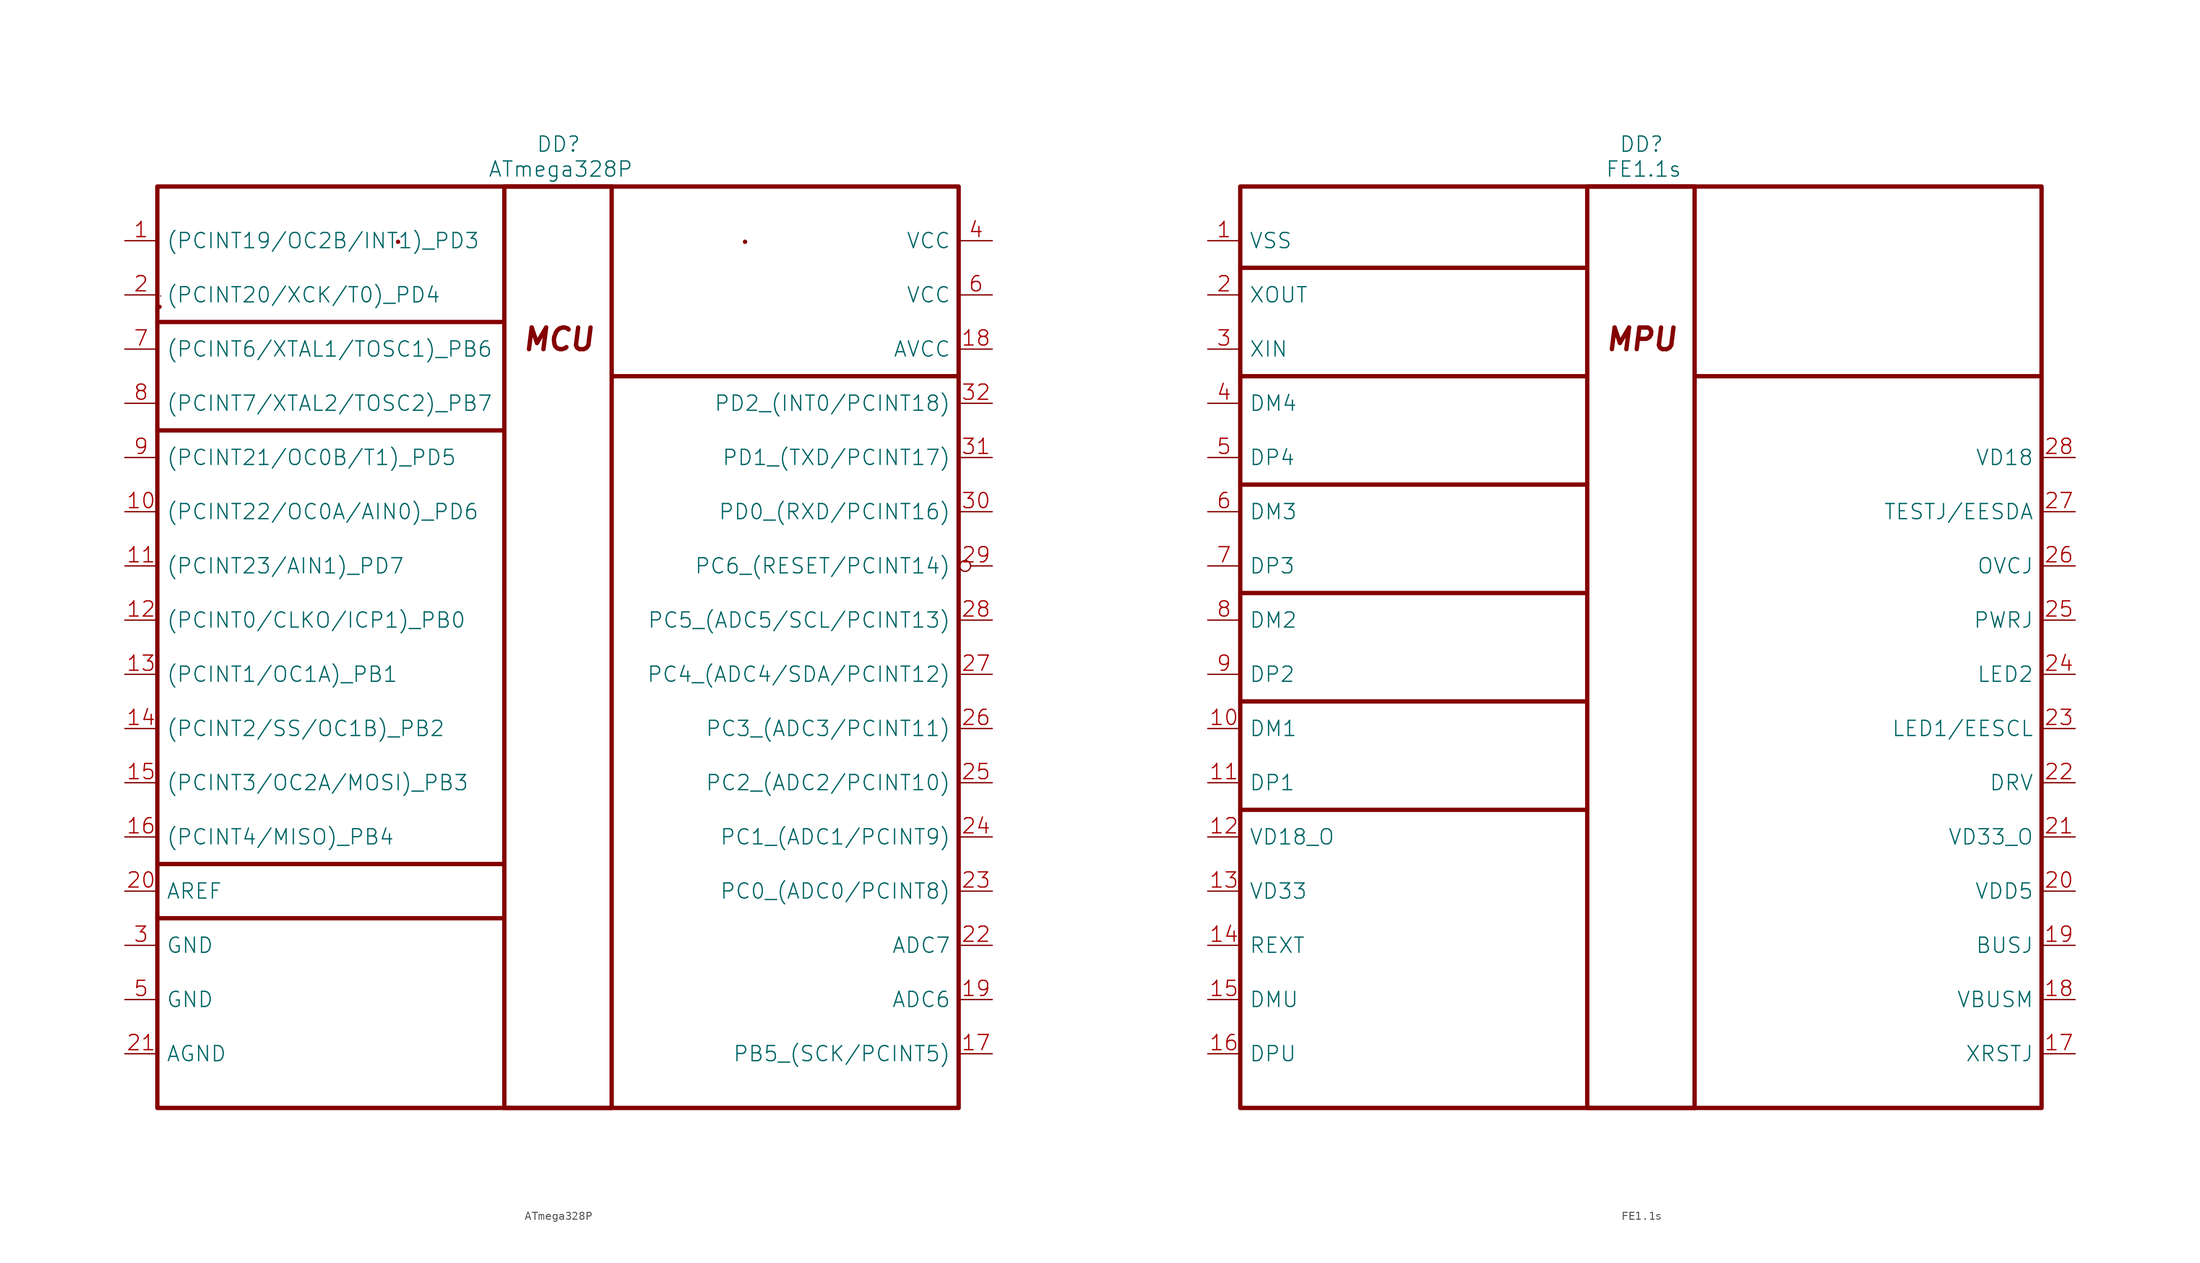
<source format=kicad_sym>
(kicad_symbol_lib
  (version 20211014)
  (generator kicad_symbol_editor)
  (symbol "ATmega328P"
    (pin_names
      (offset 1.016))
    (property "Reference" "DD"
      (at 46.99 11.303 0)
      (effects (font (size 1.778 1.778))))
    (property "Value" "ATmega328P"
      (at 47.244 8.382 0)
      (effects (font (size 1.778 1.778))))
    (symbol "ATmega328P_0_1"
      (polyline (pts (xy 0 -79.375) (xy 40.64 -79.375)) (stroke (width 0.508) (type default) (color 0 0 0 0)) (fill (type none)))
      (polyline (pts (xy 0 -73.025) (xy 40.64 -73.025)) (stroke (width 0.508) (type default) (color 0 0 0 0)) (fill (type none)))
      (polyline (pts (xy 0 -27.94) (xy 0 -27.94)) (stroke (width 0.254) (type default) (color 0 0 0 0)) (fill (type none)))
      (polyline (pts (xy 0 -22.225) (xy 40.64 -22.225)) (stroke (width 0.508) (type default) (color 0 0 0 0)) (fill (type none)))
      (polyline (pts (xy 0 -9.525) (xy 40.64 -9.525)) (stroke (width 0.508) (type default) (color 0 0 0 0)) (fill (type none)))
      (polyline (pts (xy 0.254 -7.747) (xy 0.254 -7.747)) (stroke (width 0.508) (type default) (color 0 0 0 0)) (fill (type none)))
      (polyline (pts (xy 0.381 -6.477) (xy 0.381 -6.477)) (stroke (width 0) (type default) (color 0 0 0 0)) (fill (type none)))
      (polyline (pts (xy 40.64 -40.767) (xy 40.64 -40.767)) (stroke (width 0.508) (type default) (color 0 0 0 0)) (fill (type none)))
      (polyline (pts (xy 40.64 -40.767) (xy 40.64 -40.767)) (stroke (width 0.508) (type default) (color 0 0 0 0)) (fill (type none)))
      (polyline (pts (xy 68.834 -0.127) (xy 68.834 -0.127)) (stroke (width 0.508) (type default) (color 0 0 0 0)) (fill (type none)))
      (polyline (pts (xy 93.853 -15.875) (xy 53.213 -15.875)) (stroke (width 0.508) (type default) (color 0 0 0 0)) (fill (type none)))
      (rectangle (start 53.213 6.35) (end 40.64 -101.6) (stroke (width 0.508) (type default) (color 0 0 0 0)) (fill (type none)))
      (rectangle (start 93.853 6.35) (end 0 -101.6) (stroke (width 0.508) (type default) (color 0 0 0 0)) (fill (type none)))
      (pin bidirectional line (at -3.81 0 0) (length 3.81) (name "(PCINT19/OC2B/INT1)_PD3" (effects (font (size 1.778 1.778)))) (number "1" (effects (font (size 1.778 1.778))))))
    (symbol "ATmega328P_1_1"
      (polyline (pts (xy 28.194 -0.127) (xy 28.194 -0.127)) (stroke (width 0.508) (type default) (color 0 0 0 0)) (fill (type none)))
      (text "MCU" (at 46.99 -11.557 0) (effects (font (size 2.54 2.54) bold italic)))
      (pin passive line (at -3.81 -31.75 0) (length 3.81) (name "(PCINT22/OC0A/AIN0)_PD6" (effects (font (size 1.778 1.778)))) (number "10" (effects (font (size 1.778 1.778)))))
      (pin passive line (at -3.81 -38.1 0) (length 3.81) (name "(PCINT23/AIN1)_PD7" (effects (font (size 1.778 1.778)))) (number "11" (effects (font (size 1.778 1.778)))))
      (pin passive line (at -3.81 -44.45 0) (length 3.81) (name "(PCINT0/CLKO/ICP1)_PB0" (effects (font (size 1.778 1.778)))) (number "12" (effects (font (size 1.778 1.778)))))
      (pin passive line (at -3.81 -50.8 0) (length 3.81) (name "(PCINT1/OC1A)_PB1" (effects (font (size 1.778 1.778)))) (number "13" (effects (font (size 1.778 1.778)))))
      (pin passive line (at -3.81 -57.15 0) (length 3.81) (name "(PCINT2/SS/OC1B)_PB2" (effects (font (size 1.778 1.778)))) (number "14" (effects (font (size 1.778 1.778)))))
      (pin passive line (at -3.81 -63.5 0) (length 3.81) (name "(PCINT3/OC2A/MOSI)_PB3" (effects (font (size 1.778 1.778)))) (number "15" (effects (font (size 1.778 1.778)))))
      (pin passive line (at -3.81 -69.85 0) (length 3.81) (name "(PCINT4/MISO)_PB4" (effects (font (size 1.778 1.778)))) (number "16" (effects (font (size 1.778 1.778)))))
      (pin passive line (at 97.79 -95.25 180) (length 3.81) (name "PB5_(SCK/PCINT5)" (effects (font (size 1.778 1.778)))) (number "17" (effects (font (size 1.778 1.778)))))
      (pin power_in line (at 97.79 -12.7 180) (length 3.81) (name "AVCC" (effects (font (size 1.778 1.778)))) (number "18" (effects (font (size 1.778 1.778)))))
      (pin input line (at 97.79 -88.9 180) (length 3.81) (name "ADC6" (effects (font (size 1.778 1.778)))) (number "19" (effects (font (size 1.778 1.778)))))
      (pin bidirectional line (at -3.81 -6.35 0) (length 3.81) (name "(PCINT20/XCK/T0)_PD4" (effects (font (size 1.778 1.778)))) (number "2" (effects (font (size 1.778 1.778)))))
      (pin input line (at -3.81 -76.2 0) (length 3.81) (name "AREF" (effects (font (size 1.778 1.778)))) (number "20" (effects (font (size 1.778 1.778)))))
      (pin power_in line (at -3.81 -95.25 0) (length 3.81) (name "AGND" (effects (font (size 1.778 1.778)))) (number "21" (effects (font (size 1.778 1.778)))))
      (pin input line (at 97.79 -82.55 180) (length 3.81) (name "ADC7" (effects (font (size 1.778 1.778)))) (number "22" (effects (font (size 1.778 1.778)))))
      (pin bidirectional line (at 97.79 -76.2 180) (length 3.81) (name "PC0_(ADC0/PCINT8)" (effects (font (size 1.778 1.778)))) (number "23" (effects (font (size 1.778 1.778)))))
      (pin bidirectional line (at 97.79 -69.85 180) (length 3.81) (name "PC1_(ADC1/PCINT9)" (effects (font (size 1.778 1.778)))) (number "24" (effects (font (size 1.778 1.778)))))
      (pin bidirectional line (at 97.79 -63.5 180) (length 3.81) (name "PC2_(ADC2/PCINT10)" (effects (font (size 1.778 1.778)))) (number "25" (effects (font (size 1.778 1.778)))))
      (pin bidirectional line (at 97.79 -57.15 180) (length 3.81) (name "PC3_(ADC3/PCINT11)" (effects (font (size 1.778 1.778)))) (number "26" (effects (font (size 1.778 1.778)))))
      (pin bidirectional line (at 97.79 -50.8 180) (length 3.81) (name "PC4_(ADC4/SDA/PCINT12)" (effects (font (size 1.778 1.778)))) (number "27" (effects (font (size 1.778 1.778)))))
      (pin bidirectional line (at 97.79 -44.45 180) (length 3.81) (name "PC5_(ADC5/SCL/PCINT13)" (effects (font (size 1.778 1.778)))) (number "28" (effects (font (size 1.778 1.778)))))
      (pin input inverted (at 97.79 -38.1 180) (length 3.81) (name "PC6_(RESET/PCINT14)" (effects (font (size 1.778 1.778)))) (number "29" (effects (font (size 1.778 1.778)))))
      (pin power_in line (at -3.81 -82.55 0) (length 3.81) (name "GND" (effects (font (size 1.778 1.778)))) (number "3" (effects (font (size 1.778 1.778)))))
      (pin bidirectional line (at 97.79 -31.75 180) (length 3.81) (name "PD0_(RXD/PCINT16)" (effects (font (size 1.778 1.778)))) (number "30" (effects (font (size 1.778 1.778)))))
      (pin bidirectional line (at 97.79 -25.4 180) (length 3.81) (name "PD1_(TXD/PCINT17)" (effects (font (size 1.778 1.778)))) (number "31" (effects (font (size 1.778 1.778)))))
      (pin bidirectional line (at 97.79 -19.05 180) (length 3.81) (name "PD2_(INT0/PCINT18)" (effects (font (size 1.778 1.778)))) (number "32" (effects (font (size 1.778 1.778)))))
      (pin power_in line (at 97.79 0 180) (length 3.81) (name "VCC" (effects (font (size 1.778 1.778)))) (number "4" (effects (font (size 1.778 1.778)))))
      (pin power_in line (at -3.81 -88.9 0) (length 3.81) (name "GND" (effects (font (size 1.778 1.778)))) (number "5" (effects (font (size 1.778 1.778)))))
      (pin power_in line (at 97.79 -6.35 180) (length 3.81) (name "VCC" (effects (font (size 1.778 1.778)))) (number "6" (effects (font (size 1.778 1.778)))))
      (pin input line (at -3.81 -12.7 0) (length 3.81) (name "(PCINT6/XTAL1/TOSC1)_PB6" (effects (font (size 1.778 1.778)))) (number "7" (effects (font (size 1.778 1.778)))))
      (pin output line (at -3.81 -19.05 0) (length 3.81) (name "(PCINT7/XTAL2/TOSC2)_PB7" (effects (font (size 1.778 1.778)))) (number "8" (effects (font (size 1.778 1.778)))))
      (pin passive line (at -3.81 -25.4 0) (length 3.81) (name "(PCINT21/OC0B/T1)_PD5" (effects (font (size 1.778 1.778)))) (number "9" (effects (font (size 1.778 1.778)))))))
  (symbol "FE1.1s"
    (pin_names
      (offset 1.016))
    (property "Reference" "DD"
      (at 46.99 11.303 0)
      (effects (font (size 1.778 1.778))))
    (property "Value" "FE1.1s"
      (at 47.244 8.382 0)
      (effects (font (size 1.778 1.778))))
    (symbol "FE1.1s_0_1"
      (polyline (pts (xy 0 -27.94) (xy 0 -27.94)) (stroke (width 0.254) (type default) (color 0 0 0 0)) (fill (type none)))
      (polyline (pts (xy 0 -15.875) (xy 40.64 -15.875)) (stroke (width 0.508) (type default) (color 0 0 0 0)) (fill (type none)))
      (polyline (pts (xy 0 -3.175) (xy 40.64 -3.175)) (stroke (width 0.508) (type default) (color 0 0 0 0)) (fill (type none)))
      (polyline (pts (xy 40.64 -40.767) (xy 40.64 -40.767)) (stroke (width 0.508) (type default) (color 0 0 0 0)) (fill (type none)))
      (polyline (pts (xy 40.64 -40.767) (xy 40.64 -40.767)) (stroke (width 0.508) (type default) (color 0 0 0 0)) (fill (type none)))
      (polyline (pts (xy 93.853 -15.875) (xy 53.213 -15.875)) (stroke (width 0.508) (type default) (color 0 0 0 0)) (fill (type none)))
      (rectangle (start 53.213 6.35) (end 40.64 -101.6) (stroke (width 0.508) (type default) (color 0 0 0 0)) (fill (type none)))
      (rectangle (start 93.853 6.35) (end 0 -101.6) (stroke (width 0.508) (type default) (color 0 0 0 0)) (fill (type none)))
      (pin power_in line (at -3.81 0 0) (length 3.81) (name "VSS" (effects (font (size 1.778 1.778)))) (number "1" (effects (font (size 1.778 1.778))))))
    (symbol "FE1.1s_1_1"
      (polyline (pts (xy 0 -66.675) (xy 40.64 -66.675)) (stroke (width 0.508) (type default) (color 0 0 0 0)) (fill (type none)))
      (polyline (pts (xy 0 -53.975) (xy 40.64 -53.975)) (stroke (width 0.508) (type default) (color 0 0 0 0)) (fill (type none)))
      (polyline (pts (xy 0 -41.275) (xy 40.64 -41.275)) (stroke (width 0.508) (type default) (color 0 0 0 0)) (fill (type none)))
      (polyline (pts (xy 0 -28.575) (xy 40.64 -28.575)) (stroke (width 0.508) (type default) (color 0 0 0 0)) (fill (type none)))
      (text "MPU" (at 46.99 -11.557 0) (effects (font (size 2.54 2.54) bold italic)))
      (pin bidirectional line (at -3.81 -57.15 0) (length 3.81) (name "DM1" (effects (font (size 1.778 1.778)))) (number "10" (effects (font (size 1.778 1.778)))))
      (pin bidirectional line (at -3.81 -63.5 0) (length 3.81) (name "DP1" (effects (font (size 1.778 1.778)))) (number "11" (effects (font (size 1.778 1.778)))))
      (pin power_out line (at -3.81 -69.85 0) (length 3.81) (name "VD18_O" (effects (font (size 1.778 1.778)))) (number "12" (effects (font (size 1.778 1.778)))))
      (pin power_in line (at -3.81 -76.2 0) (length 3.81) (name "VD33" (effects (font (size 1.778 1.778)))) (number "13" (effects (font (size 1.778 1.778)))))
      (pin unspecified line (at -3.81 -82.55 0) (length 3.81) (name "REXT" (effects (font (size 1.778 1.778)))) (number "14" (effects (font (size 1.778 1.778)))))
      (pin bidirectional line (at -3.81 -88.9 0) (length 3.81) (name "DMU" (effects (font (size 1.778 1.778)))) (number "15" (effects (font (size 1.778 1.778)))))
      (pin bidirectional line (at -3.81 -95.25 0) (length 3.81) (name "DPU" (effects (font (size 1.778 1.778)))) (number "16" (effects (font (size 1.778 1.778)))))
      (pin input line (at 97.79 -95.25 180) (length 3.81) (name "XRSTJ" (effects (font (size 1.778 1.778)))) (number "17" (effects (font (size 1.778 1.778)))))
      (pin input line (at 97.79 -88.9 180) (length 3.81) (name "VBUSM" (effects (font (size 1.778 1.778)))) (number "18" (effects (font (size 1.778 1.778)))))
      (pin input line (at 97.79 -82.55 180) (length 3.81) (name "BUSJ" (effects (font (size 1.778 1.778)))) (number "19" (effects (font (size 1.778 1.778)))))
      (pin output line (at -3.81 -6.35 0) (length 3.81) (name "XOUT" (effects (font (size 1.778 1.778)))) (number "2" (effects (font (size 1.778 1.778)))))
      (pin power_in line (at 97.79 -76.2 180) (length 3.81) (name "VDD5" (effects (font (size 1.778 1.778)))) (number "20" (effects (font (size 1.778 1.778)))))
      (pin power_out line (at 97.79 -69.85 180) (length 3.81) (name "VD33_O" (effects (font (size 1.778 1.778)))) (number "21" (effects (font (size 1.778 1.778)))))
      (pin bidirectional line (at 97.79 -63.5 180) (length 3.81) (name "DRV" (effects (font (size 1.778 1.778)))) (number "22" (effects (font (size 1.778 1.778)))))
      (pin bidirectional line (at 97.79 -57.15 180) (length 3.81) (name "LED1/EESCL" (effects (font (size 1.778 1.778)))) (number "23" (effects (font (size 1.778 1.778)))))
      (pin bidirectional line (at 97.79 -50.8 180) (length 3.81) (name "LED2" (effects (font (size 1.778 1.778)))) (number "24" (effects (font (size 1.778 1.778)))))
      (pin output line (at 97.79 -44.45 180) (length 3.81) (name "PWRJ" (effects (font (size 1.778 1.778)))) (number "25" (effects (font (size 1.778 1.778)))))
      (pin input line (at 97.79 -38.1 180) (length 3.81) (name "OVCJ" (effects (font (size 1.778 1.778)))) (number "26" (effects (font (size 1.778 1.778)))))
      (pin bidirectional line (at 97.79 -31.75 180) (length 3.81) (name "TESTJ/EESDA" (effects (font (size 1.778 1.778)))) (number "27" (effects (font (size 1.778 1.778)))))
      (pin power_in line (at 97.79 -25.4 180) (length 3.81) (name "VD18" (effects (font (size 1.778 1.778)))) (number "28" (effects (font (size 1.778 1.778)))))
      (pin input line (at -3.81 -12.7 0) (length 3.81) (name "XIN" (effects (font (size 1.778 1.778)))) (number "3" (effects (font (size 1.778 1.778)))))
      (pin bidirectional line (at -3.81 -19.05 0) (length 3.81) (name "DM4" (effects (font (size 1.778 1.778)))) (number "4" (effects (font (size 1.778 1.778)))))
      (pin bidirectional line (at -3.81 -25.4 0) (length 3.81) (name "DP4" (effects (font (size 1.778 1.778)))) (number "5" (effects (font (size 1.778 1.778)))))
      (pin bidirectional line (at -3.81 -31.75 0) (length 3.81) (name "DM3" (effects (font (size 1.778 1.778)))) (number "6" (effects (font (size 1.778 1.778)))))
      (pin passive line (at -3.81 -38.1 0) (length 3.81) (name "DP3" (effects (font (size 1.778 1.778)))) (number "7" (effects (font (size 1.778 1.778)))))
      (pin bidirectional line (at -3.81 -44.45 0) (length 3.81) (name "DM2" (effects (font (size 1.778 1.778)))) (number "8" (effects (font (size 1.778 1.778)))))
      (pin bidirectional line (at -3.81 -50.8 0) (length 3.81) (name "DP2" (effects (font (size 1.778 1.778)))) (number "9" (effects (font (size 1.778 1.778))))))))
</source>
